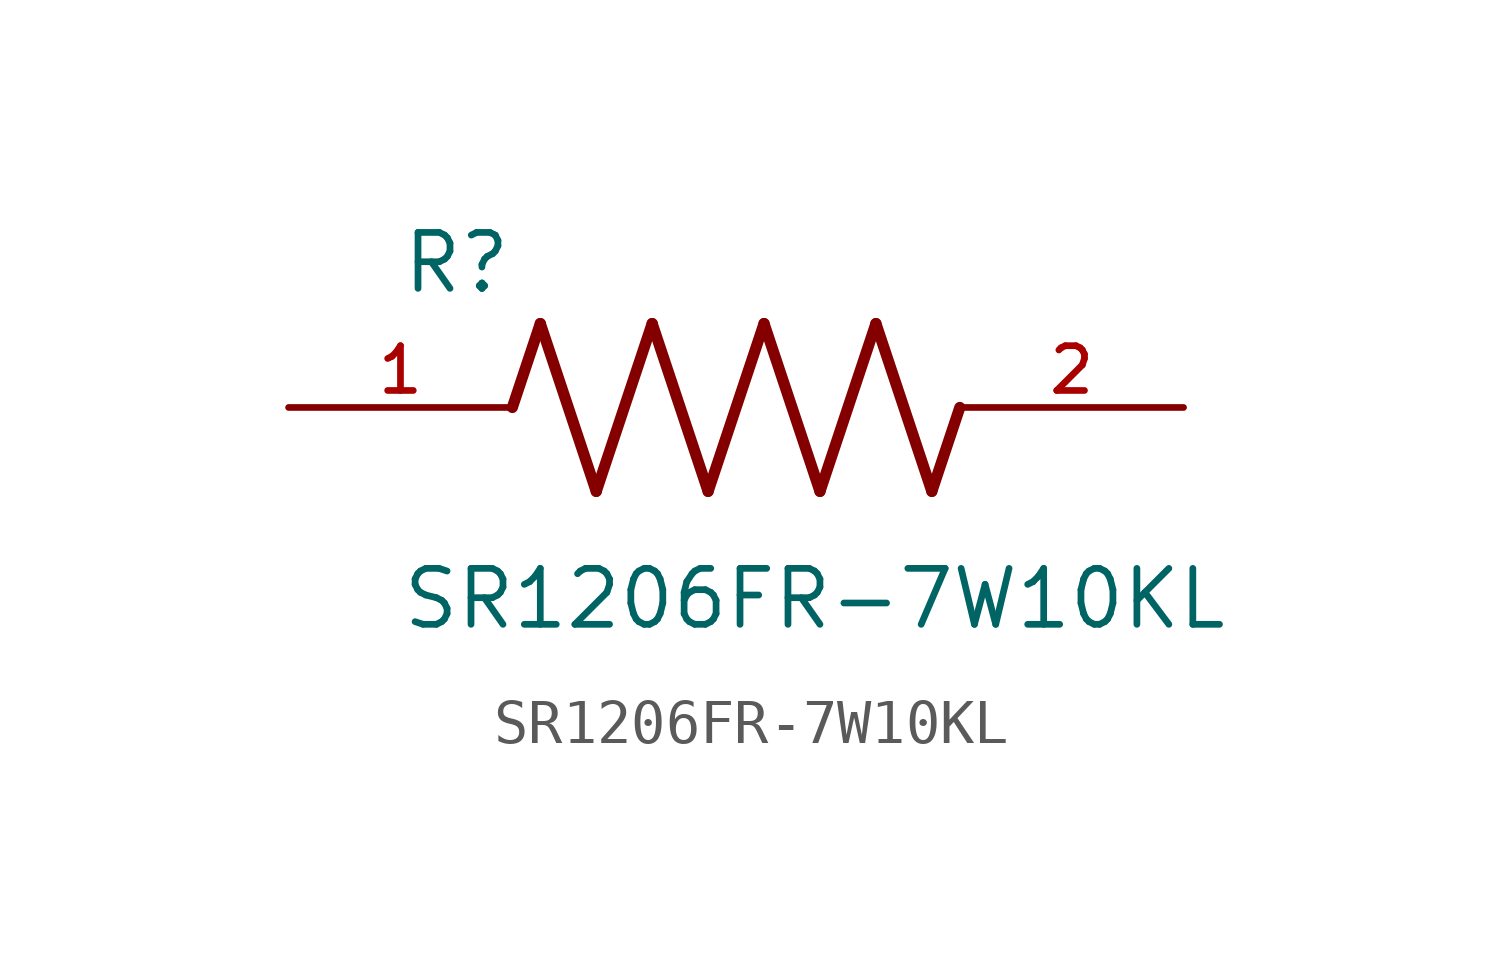
<source format=kicad_sym>
(kicad_symbol_lib
  (version 20211014)
  (generator kicad_symbol_editor)
  (symbol "SR1206FR-7W10KL"
    (pin_names
      (offset 1.016))
    (property "Reference" "R"
      (at -7.624 2.541 0)
      (effects (font (size 1.27 1.27)) (justify bottom left)))
    (property "Value" "SR1206FR-7W10KL"
      (at -7.63 -5.087 0)
      (effects (font (size 1.27 1.27)) (justify bottom left)))
    (symbol "SR1206FR-7W10KL_0_0"
      (polyline (pts (xy -5.08 0.0) (xy -4.445 1.905)) (stroke (width 0.254)))
      (polyline (pts (xy -4.445 1.905) (xy -3.175 -1.905)) (stroke (width 0.254)))
      (polyline (pts (xy -3.175 -1.905) (xy -1.905 1.905)) (stroke (width 0.254)))
      (polyline (pts (xy -1.905 1.905) (xy -0.635 -1.905)) (stroke (width 0.254)))
      (polyline (pts (xy -0.635 -1.905) (xy 0.635 1.905)) (stroke (width 0.254)))
      (polyline (pts (xy 0.635 1.905) (xy 1.905 -1.905)) (stroke (width 0.254)))
      (polyline (pts (xy 1.905 -1.905) (xy 3.175 1.905)) (stroke (width 0.254)))
      (polyline (pts (xy 3.175 1.905) (xy 4.445 -1.905)) (stroke (width 0.254)))
      (polyline (pts (xy 4.445 -1.905) (xy 5.08 0.0)) (stroke (width 0.254)))
      (pin passive line (at -10.16 0.0 0) (length 5.08) (name "~" (effects (font (size 1.016 1.016)))) (number "1" (effects (font (size 1.016 1.016)))))
      (pin passive line (at 10.16 0.0 180.0) (length 5.08) (name "~" (effects (font (size 1.016 1.016)))) (number "2" (effects (font (size 1.016 1.016))))))))
</source>
